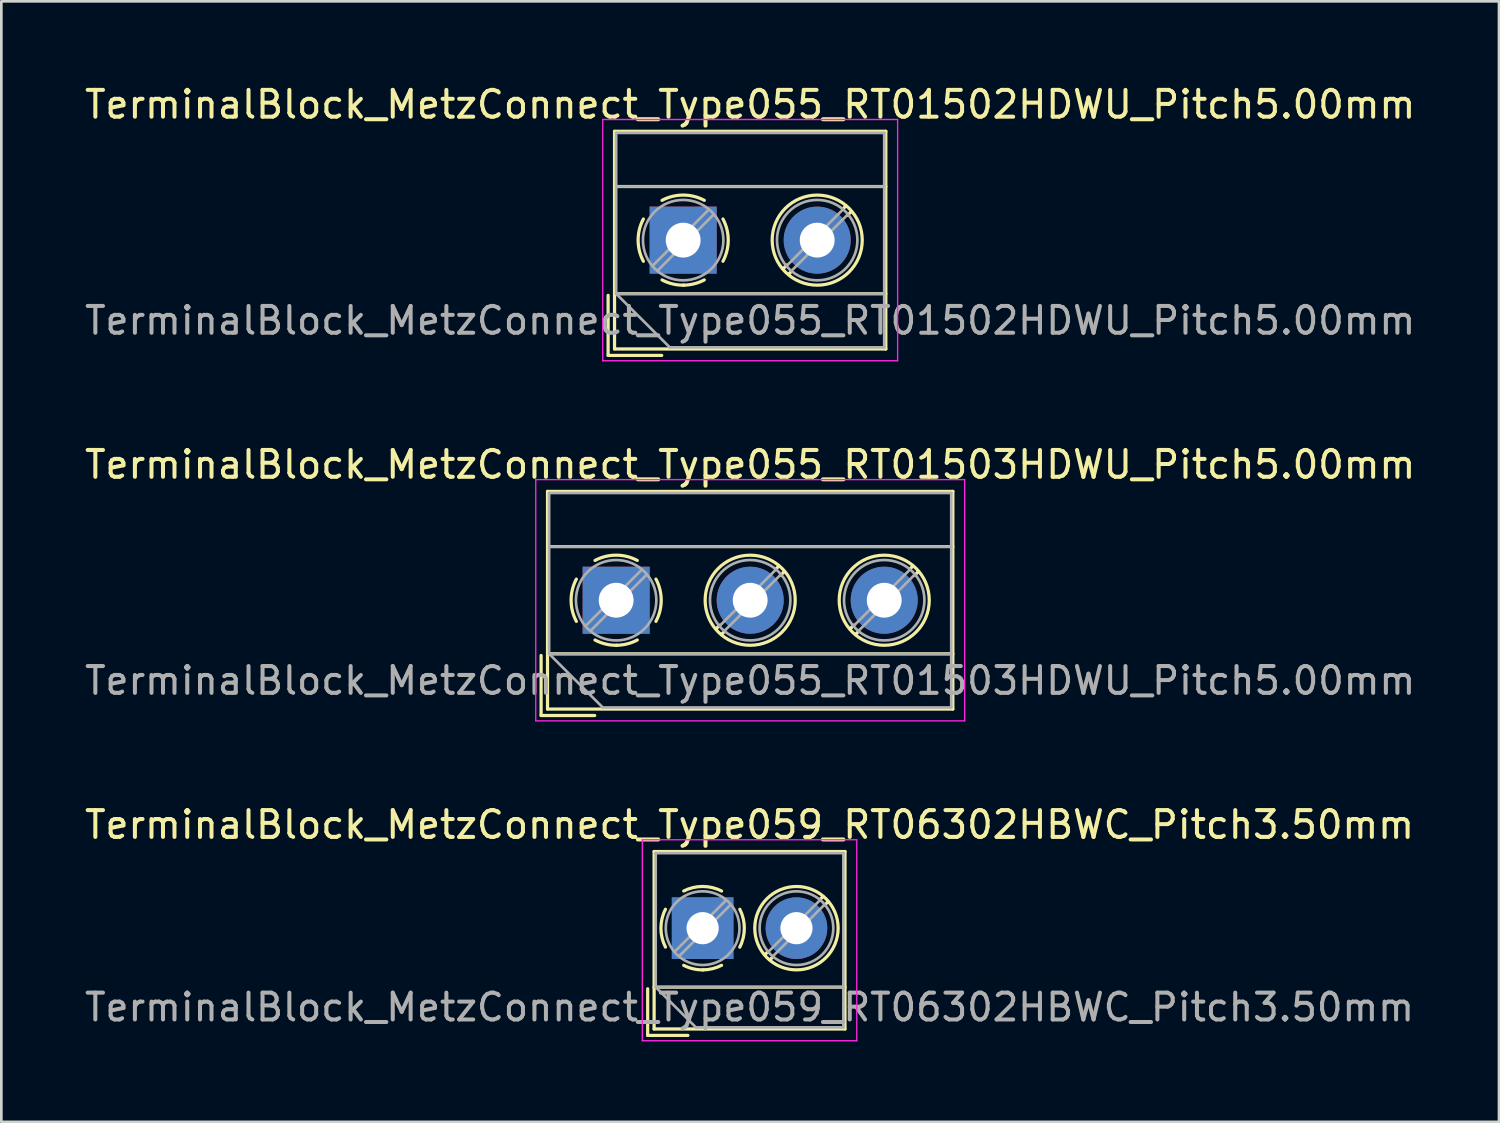
<source format=kicad_pcb>
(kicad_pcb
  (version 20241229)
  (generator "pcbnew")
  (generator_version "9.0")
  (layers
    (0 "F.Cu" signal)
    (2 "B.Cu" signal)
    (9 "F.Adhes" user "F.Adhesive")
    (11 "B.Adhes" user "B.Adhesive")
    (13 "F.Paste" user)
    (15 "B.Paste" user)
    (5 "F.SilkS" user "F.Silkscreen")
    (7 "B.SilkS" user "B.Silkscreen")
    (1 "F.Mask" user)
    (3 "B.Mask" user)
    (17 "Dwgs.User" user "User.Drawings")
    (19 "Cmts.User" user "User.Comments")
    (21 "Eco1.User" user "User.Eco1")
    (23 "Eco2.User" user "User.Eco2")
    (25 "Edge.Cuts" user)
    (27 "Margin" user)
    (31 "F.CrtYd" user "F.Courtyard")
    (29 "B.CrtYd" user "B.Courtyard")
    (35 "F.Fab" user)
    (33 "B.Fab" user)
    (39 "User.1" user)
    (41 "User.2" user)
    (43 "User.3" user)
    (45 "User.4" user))
  (footprint "TerminalBlock_MetzConnect_Type055_RT01502HDWU_Pitch5.00mm"
    (layer "F.Cu")
    (at 22.435 5.908)
    (property "Reference" "TerminalBlock_MetzConnect_Type055_RT01502HDWU_Pitch5.00mm" (at 2.5 -5.06 0) (layer "F.SilkS") (effects (font (size 1 1) (thickness 0.15))))
    (attr through_hole)
    (fp_line (start -2.8 2.06) (end -2.8 4.3) (stroke (width 0.12) (type solid)) (layer "F.SilkS"))
    (fp_line (start -2.8 4.3) (end -0.8 4.3) (stroke (width 0.12) (type solid)) (layer "F.SilkS"))
    (fp_line (start -2.56 -4.06) (end -2.56 4.06) (stroke (width 0.12) (type solid)) (layer "F.SilkS"))
    (fp_line (start -2.56 -2) (end 7.56 -2) (stroke (width 0.12) (type solid)) (layer "F.SilkS"))
    (fp_line (start -2.56 2) (end 7.56 2) (stroke (width 0.12) (type solid)) (layer "F.SilkS"))
    (fp_line (start -2.56 4.06) (end 7.56 4.06) (stroke (width 0.12) (type solid)) (layer "F.SilkS"))
    (fp_line (start 3.867 0.929) (end 3.726 1.069) (stroke (width 0.12) (type solid)) (layer "F.SilkS"))
    (fp_line (start 4.037 1.169) (end 3.931 1.274) (stroke (width 0.12) (type solid)) (layer "F.SilkS"))
    (fp_line (start 6.07 -1.275) (end 5.964 -1.169) (stroke (width 0.12) (type solid)) (layer "F.SilkS"))
    (fp_line (start 6.275 -1.069) (end 6.134 -0.929) (stroke (width 0.12) (type solid)) (layer "F.SilkS"))
    (fp_line (start 7.56 -4.06) (end -2.56 -4.06) (stroke (width 0.12) (type solid)) (layer "F.SilkS"))
    (fp_line (start 7.56 4.06) (end 7.56 -4.06) (stroke (width 0.12) (type solid)) (layer "F.SilkS"))
    (fp_arc (start -1.483953 0.789089) (mid -1.680708 0.00005) (end -1.484 -0.789) (stroke (width 0.12) (type solid)) (layer "F.SilkS"))
    (fp_arc (start -0.789089 -1.483953) (mid -0.00005 -1.680708) (end 0.789 -1.484) (stroke (width 0.12) (type solid)) (layer "F.SilkS"))
    (fp_arc (start 0.029383 1.68045) (mid -0.392304 1.634281) (end -0.789 1.484) (stroke (width 0.12) (type solid)) (layer "F.SilkS"))
    (fp_arc (start 0.788712 1.483352) (mid 0.406429 1.630097) (end 0 1.68) (stroke (width 0.12) (type solid)) (layer "F.SilkS"))
    (fp_arc (start 1.483953 -0.789089) (mid 1.680708 -0.00005) (end 1.484 0.789) (stroke (width 0.12) (type solid)) (layer "F.SilkS"))
    (fp_circle (center 5 0) (end 6.68 0) (stroke (width 0.12) (type solid)) (fill no) (layer "F.SilkS"))
    (fp_line (start -3 -4.5) (end -3 4.5) (stroke (width 0.05) (type solid)) (layer "F.CrtYd"))
    (fp_line (start -3 4.5) (end 8 4.5) (stroke (width 0.05) (type solid)) (layer "F.CrtYd"))
    (fp_line (start 8 -4.5) (end -3 -4.5) (stroke (width 0.05) (type solid)) (layer "F.CrtYd"))
    (fp_line (start 8 4.5) (end 8 -4.5) (stroke (width 0.05) (type solid)) (layer "F.CrtYd"))
    (fp_line (start -2.5 -4) (end 7.5 -4) (stroke (width 0.1) (type solid)) (layer "F.Fab"))
    (fp_line (start -2.5 -2) (end 7.5 -2) (stroke (width 0.1) (type solid)) (layer "F.Fab"))
    (fp_line (start -2.5 2) (end -2.5 -4) (stroke (width 0.1) (type solid)) (layer "F.Fab"))
    (fp_line (start -2.5 2) (end 7.5 2) (stroke (width 0.1) (type solid)) (layer "F.Fab"))
    (fp_line (start -0.5 4) (end -2.5 2) (stroke (width 0.1) (type solid)) (layer "F.Fab"))
    (fp_line (start 0.955 -1.138) (end -1.138 0.955) (stroke (width 0.1) (type solid)) (layer "F.Fab"))
    (fp_line (start 1.138 -0.955) (end -0.955 1.138) (stroke (width 0.1) (type solid)) (layer "F.Fab"))
    (fp_line (start 5.955 -1.138) (end 3.863 0.955) (stroke (width 0.1) (type solid)) (layer "F.Fab"))
    (fp_line (start 6.138 -0.955) (end 4.046 1.138) (stroke (width 0.1) (type solid)) (layer "F.Fab"))
    (fp_line (start 7.5 -4) (end 7.5 4) (stroke (width 0.1) (type solid)) (layer "F.Fab"))
    (fp_line (start 7.5 4) (end -0.5 4) (stroke (width 0.1) (type solid)) (layer "F.Fab"))
    (fp_circle (center 0 0) (end 1.5 0) (stroke (width 0.1) (type solid)) (fill no) (layer "F.Fab"))
    (fp_circle (center 5 0) (end 6.5 0) (stroke (width 0.1) (type solid)) (fill no) (layer "F.Fab"))
    (fp_text user "${REFERENCE}" (at 2.5 3 0) (layer "F.Fab") (effects (font (size 1 1) (thickness 0.15))))
    (pad "1" thru_hole rect (at 0 0) (size 2.5 2.5) (drill 1.3) (layers "*.Cu" "*.Mask"))
    (pad "2" thru_hole oval (at 5 0) (size 2.5 2.5) (drill 1.3) (layers "*.Cu" "*.Mask")))
  (footprint "TerminalBlock_MetzConnect_Type059_RT06302HBWC_Pitch3.50mm"
    (layer "F.Cu")
    (at 23.161 31.575)
    (property "Reference" "TerminalBlock_MetzConnect_Type059_RT06302HBWC_Pitch3.50mm" (at 1.75 -3.86 0) (layer "F.SilkS") (effects (font (size 1 1) (thickness 0.15))))
    (attr through_hole)
    (fp_line (start -2.05 2.26) (end -2.05 4) (stroke (width 0.12) (type solid)) (layer "F.SilkS"))
    (fp_line (start -2.05 4) (end -0.55 4) (stroke (width 0.12) (type solid)) (layer "F.SilkS"))
    (fp_line (start -1.81 -2.86) (end -1.81 3.76) (stroke (width 0.12) (type solid)) (layer "F.SilkS"))
    (fp_line (start -1.81 2.2) (end 5.31 2.2) (stroke (width 0.12) (type solid)) (layer "F.SilkS"))
    (fp_line (start -1.81 3.76) (end 5.31 3.76) (stroke (width 0.12) (type solid)) (layer "F.SilkS"))
    (fp_line (start 2.44 0.871) (end 2.321 0.99) (stroke (width 0.12) (type solid)) (layer "F.SilkS"))
    (fp_line (start 2.598 1.093) (end 2.511 1.18) (stroke (width 0.12) (type solid)) (layer "F.SilkS"))
    (fp_line (start 4.49 -1.18) (end 4.403 -1.093) (stroke (width 0.12) (type solid)) (layer "F.SilkS"))
    (fp_line (start 4.68 -0.99) (end 4.561 -0.871) (stroke (width 0.12) (type solid)) (layer "F.SilkS"))
    (fp_line (start 5.31 -2.86) (end -1.81 -2.86) (stroke (width 0.12) (type solid)) (layer "F.SilkS"))
    (fp_line (start 5.31 3.76) (end 5.31 -2.86) (stroke (width 0.12) (type solid)) (layer "F.SilkS"))
    (fp_arc (start -1.386645 0.705733) (mid -1.555906 -0.000711) (end -1.386 -0.707) (stroke (width 0.12) (type solid)) (layer "F.SilkS"))
    (fp_arc (start -0.705733 -1.386645) (mid 0.000711 -1.555906) (end 0.707 -1.386) (stroke (width 0.12) (type solid)) (layer "F.SilkS"))
    (fp_arc (start 0.026444 1.555682) (mid -0.350695 1.515869) (end -0.707 1.386) (stroke (width 0.12) (type solid)) (layer "F.SilkS"))
    (fp_arc (start 0.705955 1.385515) (mid 0.363007 1.512035) (end 0 1.555) (stroke (width 0.12) (type solid)) (layer "F.SilkS"))
    (fp_arc (start 1.386645 -0.705733) (mid 1.555906 0.000711) (end 1.386 0.707) (stroke (width 0.12) (type solid)) (layer "F.SilkS"))
    (fp_circle (center 3.5 0) (end 5.055 0) (stroke (width 0.12) (type solid)) (fill no) (layer "F.SilkS"))
    (fp_line (start -2.25 -3.3) (end -2.25 4.2) (stroke (width 0.05) (type solid)) (layer "F.CrtYd"))
    (fp_line (start -2.25 4.2) (end 5.75 4.2) (stroke (width 0.05) (type solid)) (layer "F.CrtYd"))
    (fp_line (start 5.75 -3.3) (end -2.25 -3.3) (stroke (width 0.05) (type solid)) (layer "F.CrtYd"))
    (fp_line (start 5.75 4.2) (end 5.75 -3.3) (stroke (width 0.05) (type solid)) (layer "F.CrtYd"))
    (fp_line (start -1.75 -2.8) (end 5.25 -2.8) (stroke (width 0.1) (type solid)) (layer "F.Fab"))
    (fp_line (start -1.75 2.2) (end -1.75 -2.8) (stroke (width 0.1) (type solid)) (layer "F.Fab"))
    (fp_line (start -1.75 2.2) (end 5.25 2.2) (stroke (width 0.1) (type solid)) (layer "F.Fab"))
    (fp_line (start -0.25 3.7) (end -1.75 2.2) (stroke (width 0.1) (type solid)) (layer "F.Fab"))
    (fp_line (start 0.876 -1.043) (end -1.043 0.875) (stroke (width 0.1) (type solid)) (layer "F.Fab"))
    (fp_line (start 1.043 -0.875) (end -0.876 1.043) (stroke (width 0.1) (type solid)) (layer "F.Fab"))
    (fp_line (start 4.376 -1.043) (end 2.458 0.875) (stroke (width 0.1) (type solid)) (layer "F.Fab"))
    (fp_line (start 4.543 -0.875) (end 2.625 1.043) (stroke (width 0.1) (type solid)) (layer "F.Fab"))
    (fp_line (start 5.25 -2.8) (end 5.25 3.7) (stroke (width 0.1) (type solid)) (layer "F.Fab"))
    (fp_line (start 5.25 3.7) (end -0.25 3.7) (stroke (width 0.1) (type solid)) (layer "F.Fab"))
    (fp_circle (center 0 0) (end 1.375 0) (stroke (width 0.1) (type solid)) (fill no) (layer "F.Fab"))
    (fp_circle (center 3.5 0) (end 4.875 0) (stroke (width 0.1) (type solid)) (fill no) (layer "F.Fab"))
    (fp_text user "${REFERENCE}" (at 1.75 2.95 0) (layer "F.Fab") (effects (font (size 1 1) (thickness 0.15))))
    (pad "1" thru_hole rect (at 0 0) (size 2.3 2.3) (drill 1.2) (layers "*.Cu" "*.Mask"))
    (pad "2" thru_hole oval (at 3.5 0) (size 2.3 2.3) (drill 1.2) (layers "*.Cu" "*.Mask")))
  (footprint "TerminalBlock_MetzConnect_Type055_RT01503HDWU_Pitch5.00mm"
    (layer "F.Cu")
    (at 19.935 19.341)
    (property "Reference" "TerminalBlock_MetzConnect_Type055_RT01503HDWU_Pitch5.00mm" (at 5 -5.06 0) (layer "F.SilkS") (effects (font (size 1 1) (thickness 0.15))))
    (attr through_hole)
    (fp_line (start -2.8 2.06) (end -2.8 4.3) (stroke (width 0.12) (type solid)) (layer "F.SilkS"))
    (fp_line (start -2.8 4.3) (end -0.8 4.3) (stroke (width 0.12) (type solid)) (layer "F.SilkS"))
    (fp_line (start -2.56 -4.06) (end -2.56 4.06) (stroke (width 0.12) (type solid)) (layer "F.SilkS"))
    (fp_line (start -2.56 -2) (end 12.56 -2) (stroke (width 0.12) (type solid)) (layer "F.SilkS"))
    (fp_line (start -2.56 2) (end 12.56 2) (stroke (width 0.12) (type solid)) (layer "F.SilkS"))
    (fp_line (start -2.56 4.06) (end 12.56 4.06) (stroke (width 0.12) (type solid)) (layer "F.SilkS"))
    (fp_line (start 3.867 0.929) (end 3.726 1.069) (stroke (width 0.12) (type solid)) (layer "F.SilkS"))
    (fp_line (start 4.037 1.169) (end 3.931 1.274) (stroke (width 0.12) (type solid)) (layer "F.SilkS"))
    (fp_line (start 6.07 -1.275) (end 5.964 -1.169) (stroke (width 0.12) (type solid)) (layer "F.SilkS"))
    (fp_line (start 6.275 -1.069) (end 6.134 -0.929) (stroke (width 0.12) (type solid)) (layer "F.SilkS"))
    (fp_line (start 8.867 0.929) (end 8.726 1.069) (stroke (width 0.12) (type solid)) (layer "F.SilkS"))
    (fp_line (start 9.037 1.169) (end 8.931 1.274) (stroke (width 0.12) (type solid)) (layer "F.SilkS"))
    (fp_line (start 11.07 -1.275) (end 10.964 -1.169) (stroke (width 0.12) (type solid)) (layer "F.SilkS"))
    (fp_line (start 11.275 -1.069) (end 11.134 -0.929) (stroke (width 0.12) (type solid)) (layer "F.SilkS"))
    (fp_line (start 12.56 -4.06) (end -2.56 -4.06) (stroke (width 0.12) (type solid)) (layer "F.SilkS"))
    (fp_line (start 12.56 4.06) (end 12.56 -4.06) (stroke (width 0.12) (type solid)) (layer "F.SilkS"))
    (fp_arc (start -1.483953 0.789089) (mid -1.680708 0.00005) (end -1.484 -0.789) (stroke (width 0.12) (type solid)) (layer "F.SilkS"))
    (fp_arc (start -0.789089 -1.483953) (mid -0.00005 -1.680708) (end 0.789 -1.484) (stroke (width 0.12) (type solid)) (layer "F.SilkS"))
    (fp_arc (start 0.029383 1.68045) (mid -0.392304 1.634281) (end -0.789 1.484) (stroke (width 0.12) (type solid)) (layer "F.SilkS"))
    (fp_arc (start 0.788712 1.483352) (mid 0.406429 1.630097) (end 0 1.68) (stroke (width 0.12) (type solid)) (layer "F.SilkS"))
    (fp_arc (start 1.483953 -0.789089) (mid 1.680708 -0.00005) (end 1.484 0.789) (stroke (width 0.12) (type solid)) (layer "F.SilkS"))
    (fp_circle (center 5 0) (end 6.68 0) (stroke (width 0.12) (type solid)) (fill no) (layer "F.SilkS"))
    (fp_circle (center 10 0) (end 11.68 0) (stroke (width 0.12) (type solid)) (fill no) (layer "F.SilkS"))
    (fp_line (start -3 -4.5) (end -3 4.5) (stroke (width 0.05) (type solid)) (layer "F.CrtYd"))
    (fp_line (start -3 4.5) (end 13 4.5) (stroke (width 0.05) (type solid)) (layer "F.CrtYd"))
    (fp_line (start 13 -4.5) (end -3 -4.5) (stroke (width 0.05) (type solid)) (layer "F.CrtYd"))
    (fp_line (start 13 4.5) (end 13 -4.5) (stroke (width 0.05) (type solid)) (layer "F.CrtYd"))
    (fp_line (start -2.5 -4) (end 12.5 -4) (stroke (width 0.1) (type solid)) (layer "F.Fab"))
    (fp_line (start -2.5 -2) (end 12.5 -2) (stroke (width 0.1) (type solid)) (layer "F.Fab"))
    (fp_line (start -2.5 2) (end -2.5 -4) (stroke (width 0.1) (type solid)) (layer "F.Fab"))
    (fp_line (start -2.5 2) (end 12.5 2) (stroke (width 0.1) (type solid)) (layer "F.Fab"))
    (fp_line (start -0.5 4) (end -2.5 2) (stroke (width 0.1) (type solid)) (layer "F.Fab"))
    (fp_line (start 0.955 -1.138) (end -1.138 0.955) (stroke (width 0.1) (type solid)) (layer "F.Fab"))
    (fp_line (start 1.138 -0.955) (end -0.955 1.138) (stroke (width 0.1) (type solid)) (layer "F.Fab"))
    (fp_line (start 5.955 -1.138) (end 3.863 0.955) (stroke (width 0.1) (type solid)) (layer "F.Fab"))
    (fp_line (start 6.138 -0.955) (end 4.046 1.138) (stroke (width 0.1) (type solid)) (layer "F.Fab"))
    (fp_line (start 10.955 -1.138) (end 8.863 0.955) (stroke (width 0.1) (type solid)) (layer "F.Fab"))
    (fp_line (start 11.138 -0.955) (end 9.046 1.138) (stroke (width 0.1) (type solid)) (layer "F.Fab"))
    (fp_line (start 12.5 -4) (end 12.5 4) (stroke (width 0.1) (type solid)) (layer "F.Fab"))
    (fp_line (start 12.5 4) (end -0.5 4) (stroke (width 0.1) (type solid)) (layer "F.Fab"))
    (fp_circle (center 0 0) (end 1.5 0) (stroke (width 0.1) (type solid)) (fill no) (layer "F.Fab"))
    (fp_circle (center 5 0) (end 6.5 0) (stroke (width 0.1) (type solid)) (fill no) (layer "F.Fab"))
    (fp_circle (center 10 0) (end 11.5 0) (stroke (width 0.1) (type solid)) (fill no) (layer "F.Fab"))
    (fp_text user "${REFERENCE}" (at 5 3 0) (layer "F.Fab") (effects (font (size 1 1) (thickness 0.15))))
    (pad "1" thru_hole rect (at 0 0) (size 2.5 2.5) (drill 1.3) (layers "*.Cu" "*.Mask"))
    (pad "2" thru_hole oval (at 5 0) (size 2.5 2.5) (drill 1.3) (layers "*.Cu" "*.Mask"))
    (pad "3" thru_hole oval (at 10 0) (size 2.5 2.5) (drill 1.3) (layers "*.Cu" "*.Mask")))
  (gr_rect
    (start -3 -3)
    (end 52.869 38.8)
    (stroke (width 0.1) (type default))
    (fill no)
    (layer "Edge.Cuts")))
</source>
